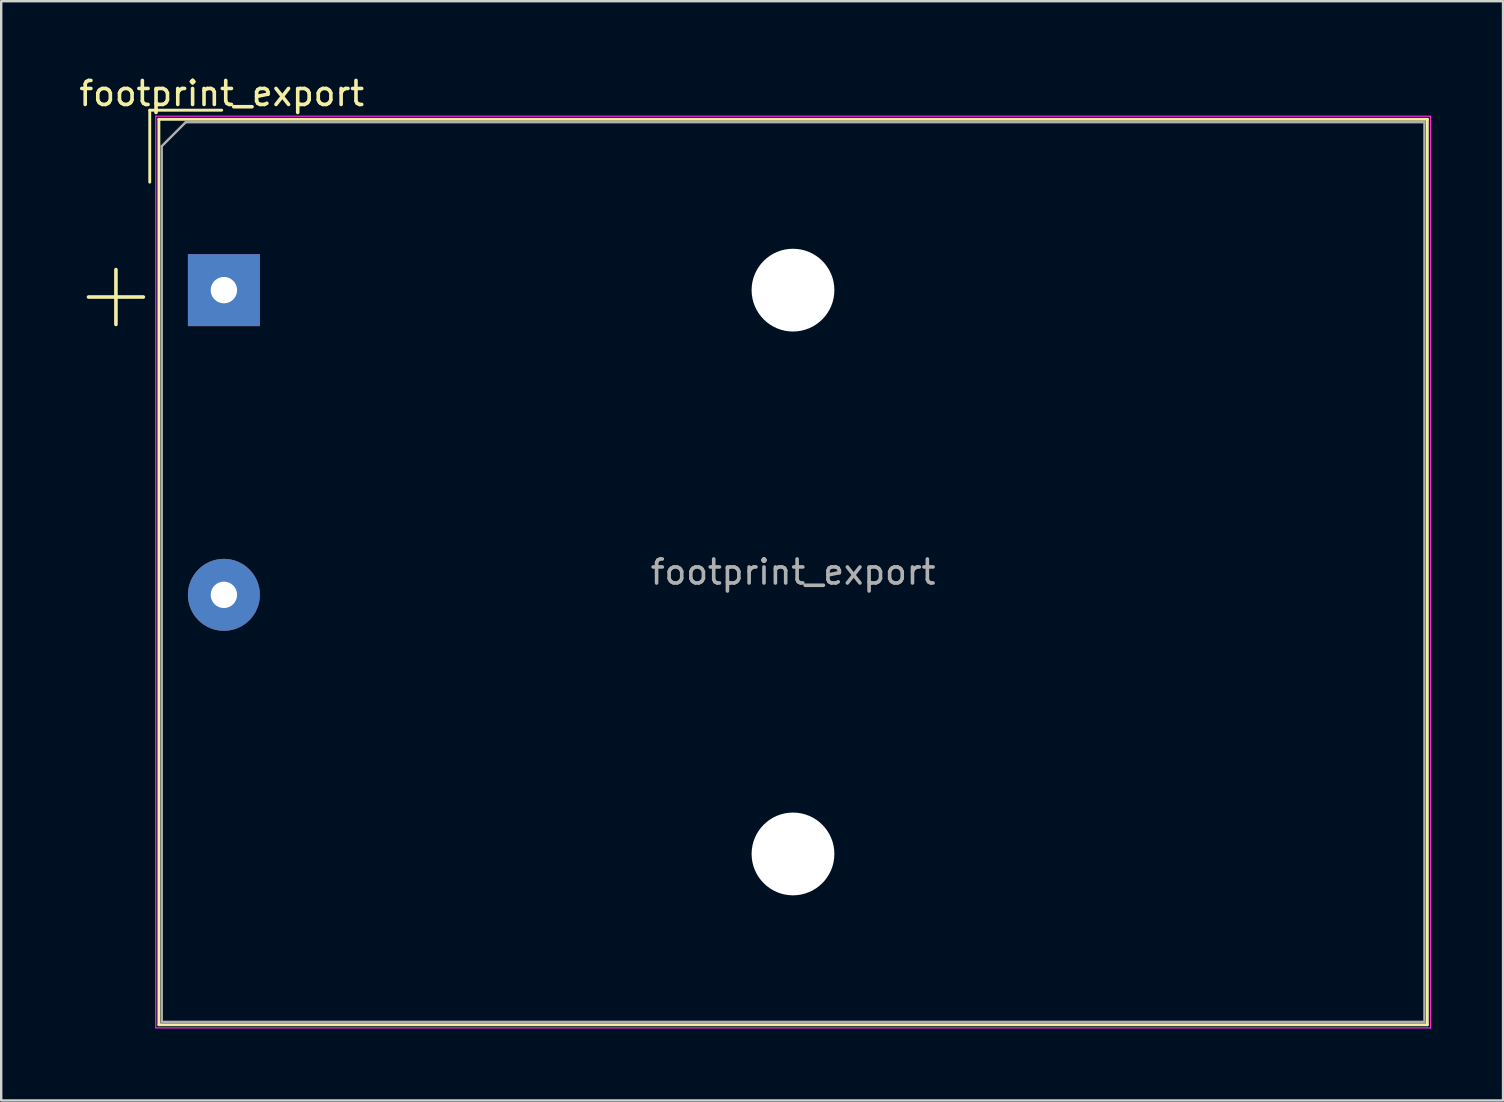
<source format=kicad_pcb>
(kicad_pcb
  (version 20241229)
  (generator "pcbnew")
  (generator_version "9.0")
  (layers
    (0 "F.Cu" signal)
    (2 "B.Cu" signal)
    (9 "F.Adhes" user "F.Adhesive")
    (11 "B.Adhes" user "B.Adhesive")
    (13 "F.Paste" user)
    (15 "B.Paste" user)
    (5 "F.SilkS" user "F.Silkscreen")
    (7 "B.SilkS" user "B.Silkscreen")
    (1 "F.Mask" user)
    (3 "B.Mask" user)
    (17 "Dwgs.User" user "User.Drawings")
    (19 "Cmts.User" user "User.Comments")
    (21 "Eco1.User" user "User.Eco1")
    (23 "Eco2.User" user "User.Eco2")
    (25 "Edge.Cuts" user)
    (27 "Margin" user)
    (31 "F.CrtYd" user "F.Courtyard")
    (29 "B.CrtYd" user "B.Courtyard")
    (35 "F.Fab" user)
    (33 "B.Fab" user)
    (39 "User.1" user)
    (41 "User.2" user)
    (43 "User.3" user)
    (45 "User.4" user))
  (footprint "footprint_export"
    (layer "F.Cu")
    (at 6.282 9.043)
    (property "Reference" "footprint_export" (at -0.09 -8.195 0) (layer "F.SilkS") (effects (font (size 1 1) (thickness 0.15))))
    (attr through_hole)
    (fp_line (start -3.09 -7.5) (end -0.09 -7.5) (stroke (width 0.12) (type solid)) (layer "F.SilkS"))
    (fp_line (start -3.09 -4.5) (end -3.09 -7.5) (stroke (width 0.12) (type solid)) (layer "F.SilkS"))
    (fp_line (start -2.71 -7.12) (end -2.71 30.62) (stroke (width 0.12) (type solid)) (layer "F.SilkS"))
    (fp_line (start -2.71 -7.12) (end 50.16 -7.12) (stroke (width 0.12) (type solid)) (layer "F.SilkS"))
    (fp_line (start -2.71 30.62) (end 50.16 30.62) (stroke (width 0.12) (type solid)) (layer "F.SilkS"))
    (fp_line (start 50.16 -7.12) (end 50.16 30.62) (stroke (width 0.12) (type solid)) (layer "F.SilkS"))
    (fp_line (start -2.84 -7.25) (end -2.84 30.75) (stroke (width 0.05) (type solid)) (layer "F.CrtYd"))
    (fp_line (start -2.84 -7.25) (end 50.29 -7.25) (stroke (width 0.05) (type solid)) (layer "F.CrtYd"))
    (fp_line (start -2.84 30.75) (end 50.29 30.75) (stroke (width 0.05) (type solid)) (layer "F.CrtYd"))
    (fp_line (start 50.29 -7.25) (end 50.29 30.75) (stroke (width 0.05) (type solid)) (layer "F.CrtYd"))
    (fp_line (start -2.59 -6) (end -1.59 -7) (stroke (width 0.1) (type solid)) (layer "F.Fab"))
    (fp_line (start -2.59 30.5) (end -2.59 -6) (stroke (width 0.1) (type solid)) (layer "F.Fab"))
    (fp_line (start -1.59 -7) (end 50.04 -7) (stroke (width 0.1) (type solid)) (layer "F.Fab"))
    (fp_line (start 50.04 -7) (end 50.04 30.5) (stroke (width 0.1) (type solid)) (layer "F.Fab"))
    (fp_line (start 50.04 30.5) (end -2.59 30.5) (stroke (width 0.1) (type solid)) (layer "F.Fab"))
    (fp_text user "+" (at -4.5 0.05 0) (layer "F.SilkS") (effects (font (size 3 3) (thickness 0.15))))
    (fp_text user "${REFERENCE}" (at 23.725 11.75 0) (layer "F.Fab") (effects (font (size 1 1) (thickness 0.15))))
    (pad "" np_thru_hole circle (at 23.72 0) (size 3.45 3.45) (drill 3.45) (layers "*.Cu" "*.Mask"))
    (pad "" np_thru_hole circle (at 23.72 23.5) (size 3.45 3.45) (drill 3.45) (layers "*.Cu" "*.Mask"))
    (pad "1" thru_hole rect (at 0 0) (size 3 3) (drill 1.1) (layers "*.Cu" "*.Mask"))
    (pad "2" thru_hole circle (at 0 12.7) (size 3 3) (drill 1.1) (layers "*.Cu" "*.Mask")))
  (gr_rect
    (start -3 -3)
    (end 59.597 42.818)
    (stroke (width 0.1) (type default))
    (fill no)
    (layer "Edge.Cuts")))
</source>
